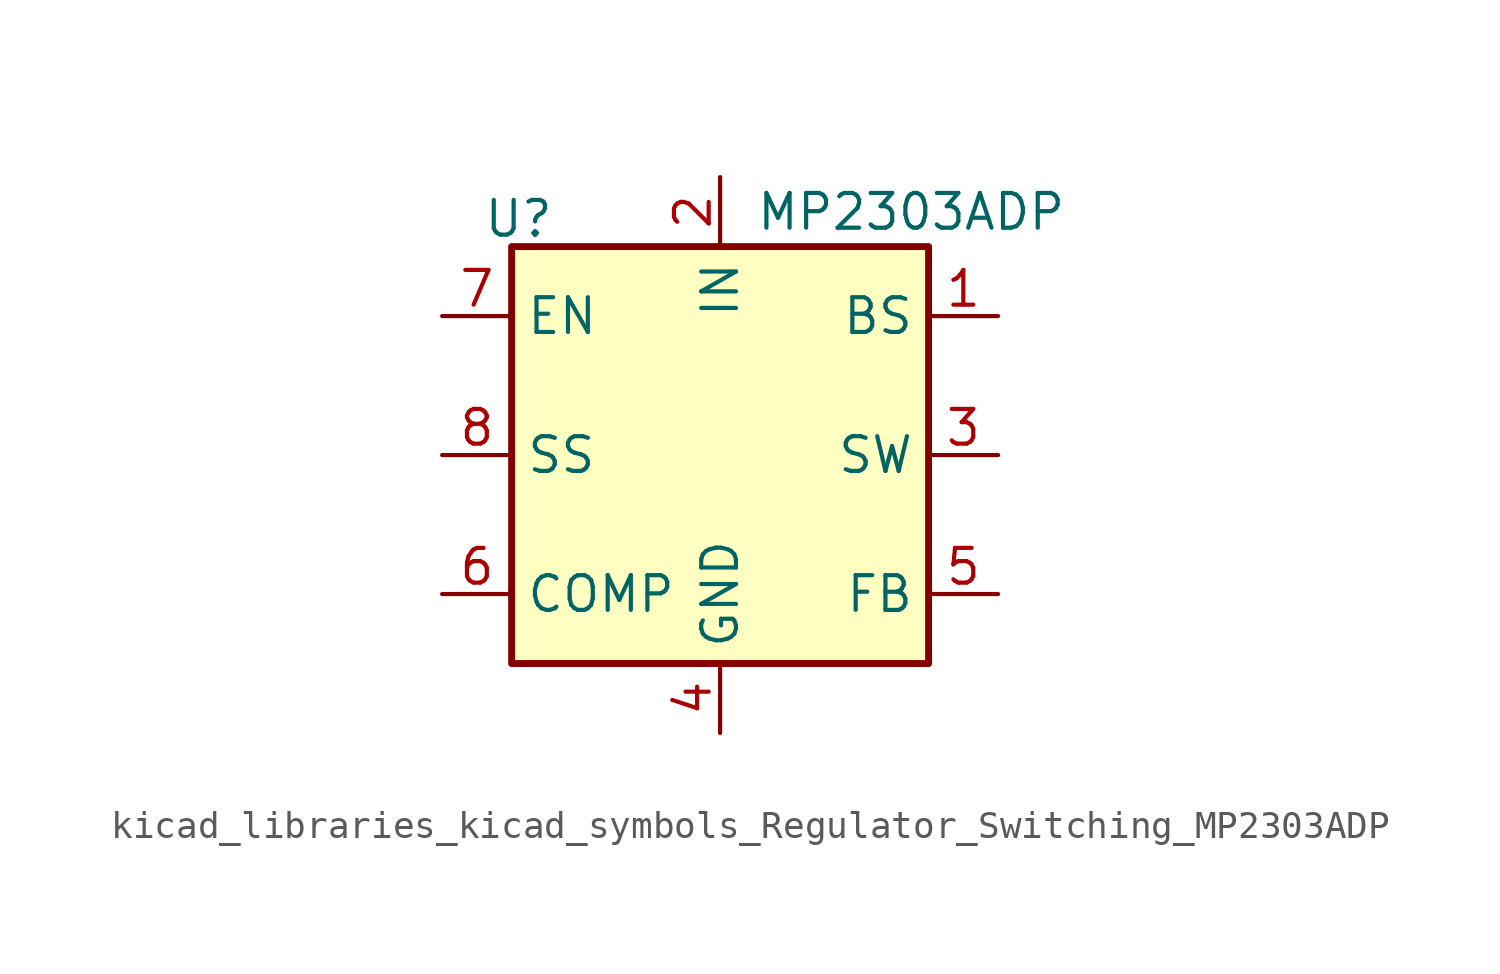
<source format=kicad_sym>
(kicad_symbol_lib
  (version 20220914)
  (generator kicad_symbol_editor)
  (symbol "kicad_libraries_kicad_symbols_Regulator_Switching_MP2303ADP"
    (property "Reference" "U"
      (at -7.366 8.636 0)
      (effects (font (size 1.27 1.27))))
    (property "Value" "MP2303ADP"
      (at 6.985 8.89 0)
      (effects (font (size 1.27 1.27))))
    (symbol "kicad_libraries_kicad_symbols_Regulator_Switching_MP2303ADP_0_1"
      (rectangle (start -7.62 7.62) (end 7.62 -7.62) (stroke (width 0.254) (type default)) (fill (type background))))
    (symbol "kicad_libraries_kicad_symbols_Regulator_Switching_MP2303ADP_1_1"
      (pin passive line (at 10.16 5.08 180) (length 2.54) (name "BS" (effects (font (size 1.27 1.27)))) (number "1" (effects (font (size 1.27 1.27)))))
      (pin power_in line (at 0 10.16 270) (length 2.54) (name "IN" (effects (font (size 1.27 1.27)))) (number "2" (effects (font (size 1.27 1.27)))))
      (pin output line (at 10.16 0 180) (length 2.54) (name "SW" (effects (font (size 1.27 1.27)))) (number "3" (effects (font (size 1.27 1.27)))))
      (pin power_in line (at 0 -10.16 90) (length 2.54) (name "GND" (effects (font (size 1.27 1.27)))) (number "4" (effects (font (size 1.27 1.27)))))
      (pin input line (at 10.16 -5.08 180) (length 2.54) (name "FB" (effects (font (size 1.27 1.27)))) (number "5" (effects (font (size 1.27 1.27)))))
      (pin passive line (at -10.16 -5.08 0) (length 2.54) (name "COMP" (effects (font (size 1.27 1.27)))) (number "6" (effects (font (size 1.27 1.27)))))
      (pin input line (at -10.16 5.08 0) (length 2.54) (name "EN" (effects (font (size 1.27 1.27)))) (number "7" (effects (font (size 1.27 1.27)))))
      (pin input line (at -10.16 0 0) (length 2.54) (name "SS" (effects (font (size 1.27 1.27)))) (number "8" (effects (font (size 1.27 1.27))))))))
</source>
